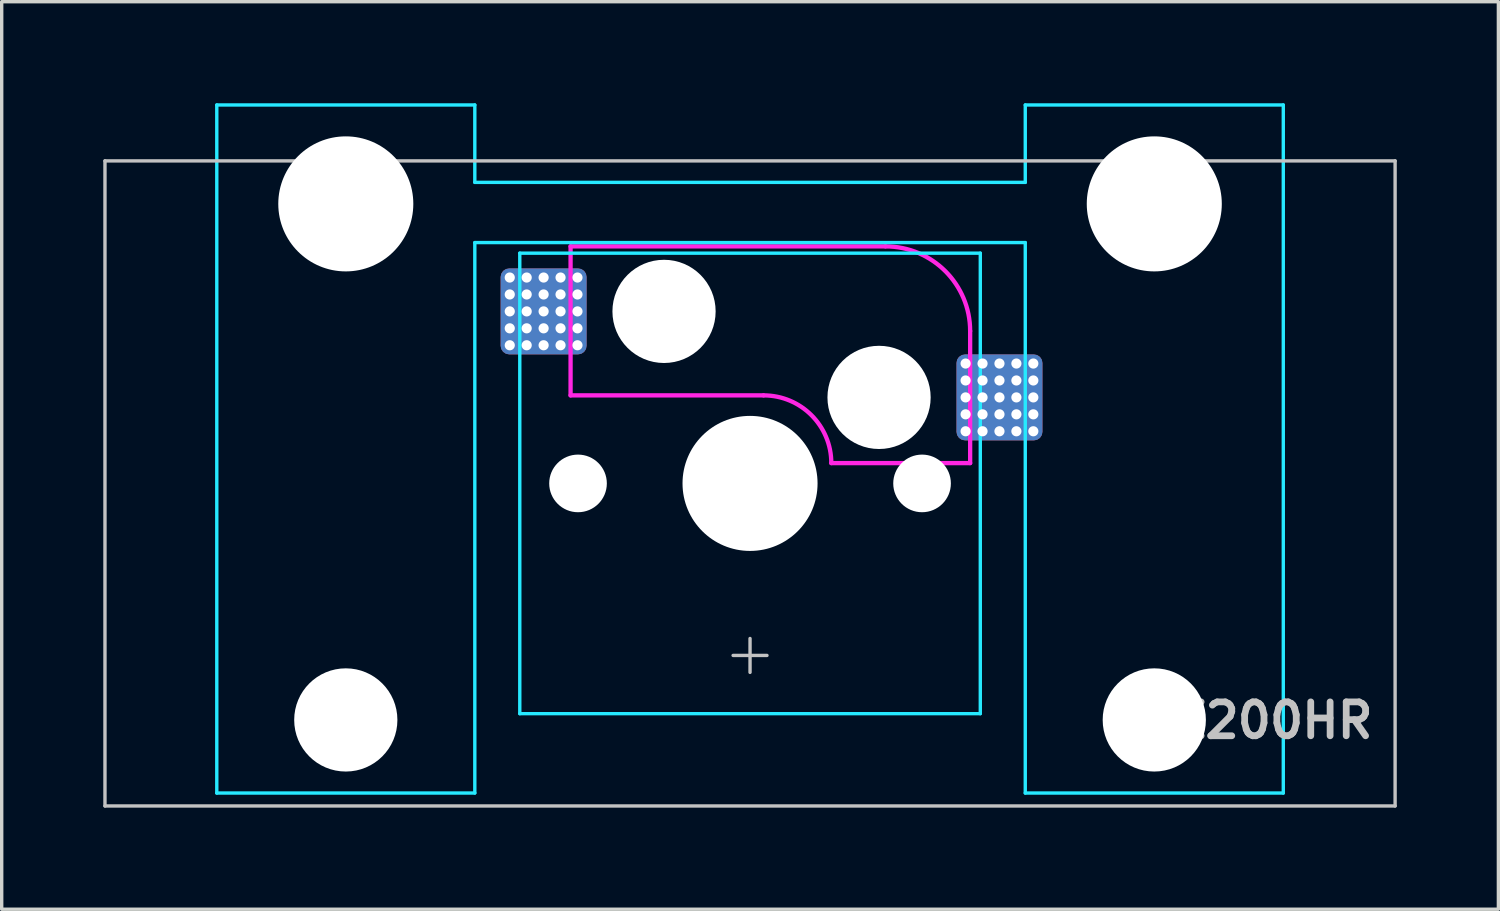
<source format=kicad_pcb>
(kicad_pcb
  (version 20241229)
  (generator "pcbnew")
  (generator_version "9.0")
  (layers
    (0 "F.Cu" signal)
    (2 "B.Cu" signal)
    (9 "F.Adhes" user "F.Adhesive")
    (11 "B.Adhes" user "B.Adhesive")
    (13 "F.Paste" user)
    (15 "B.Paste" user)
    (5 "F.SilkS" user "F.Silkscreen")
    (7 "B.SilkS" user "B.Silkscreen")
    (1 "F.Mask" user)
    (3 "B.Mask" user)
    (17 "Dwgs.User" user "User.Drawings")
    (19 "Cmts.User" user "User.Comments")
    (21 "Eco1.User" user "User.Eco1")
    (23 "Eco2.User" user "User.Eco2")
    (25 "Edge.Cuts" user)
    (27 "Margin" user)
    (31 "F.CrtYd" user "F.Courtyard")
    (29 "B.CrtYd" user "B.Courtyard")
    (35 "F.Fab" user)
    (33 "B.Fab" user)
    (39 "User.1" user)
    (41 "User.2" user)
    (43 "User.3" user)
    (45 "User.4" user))
  (footprint "MX200HR"
    (layer "F.Cu")
    (at 19.1 11.226)
    (property "Reference" "MX200HR" (at 18.5 7 0) (layer "Dwgs.User") (effects (font (size 1 1) (thickness 0.2)) (justify right)))
    (attr smd)
    (fp_line (start -19.05 -9.525) (end -19.05 9.525) (stroke (width 0.1) (type solid)) (layer "Dwgs.User"))
    (fp_line (start -19.05 -9.525) (end 19.05 -9.525) (stroke (width 0.1) (type solid)) (layer "Dwgs.User"))
    (fp_line (start -19.05 9.525) (end 19.05 9.525) (stroke (width 0.1) (type solid)) (layer "Dwgs.User"))
    (fp_line (start -0.5 5.08) (end 0.5 5.08) (stroke (width 0.1) (type solid)) (layer "Dwgs.User"))
    (fp_line (start 0 4.58) (end 0 5.58) (stroke (width 0.1) (type solid)) (layer "Dwgs.User"))
    (fp_line (start 19.05 -9.525) (end 19.05 9.525) (stroke (width 0.1) (type solid)) (layer "Dwgs.User"))
    (fp_line (start -15.438 -8.515) (end -15.438 5.485) (stroke (width 0.1) (type solid)) (layer "Eco1.User"))
    (fp_line (start -14.938 -9.015) (end -8.938 -9.015) (stroke (width 0.1) (type solid)) (layer "Eco1.User"))
    (fp_line (start -8.938 5.985) (end -14.938 5.985) (stroke (width 0.1) (type solid)) (layer "Eco1.User"))
    (fp_line (start -8.438 5.485) (end -8.438 -8.515) (stroke (width 0.1) (type solid)) (layer "Eco1.User"))
    (fp_line (start -7 -6.5) (end -7 6.5) (stroke (width 0.1) (type solid)) (layer "Eco1.User"))
    (fp_line (start -6.5 7) (end 6.5 7) (stroke (width 0.1) (type solid)) (layer "Eco1.User"))
    (fp_line (start 6.5 -7) (end -6.5 -7) (stroke (width 0.1) (type solid)) (layer "Eco1.User"))
    (fp_line (start 7 6.5) (end 7 -6.5) (stroke (width 0.1) (type solid)) (layer "Eco1.User"))
    (fp_line (start 8.438 -8.515) (end 8.438 5.485) (stroke (width 0.1) (type solid)) (layer "Eco1.User"))
    (fp_line (start 8.938 -9.015) (end 14.938 -9.015) (stroke (width 0.1) (type solid)) (layer "Eco1.User"))
    (fp_line (start 14.938 5.985) (end 8.938 5.985) (stroke (width 0.1) (type solid)) (layer "Eco1.User"))
    (fp_line (start 15.438 5.485) (end 15.438 -8.515) (stroke (width 0.1) (type solid)) (layer "Eco1.User"))
    (fp_arc (start -15.438 -8.515) (mid -15.291553 -8.868553) (end -14.938 -9.015) (stroke (width 0.1) (type solid)) (layer "Eco1.User"))
    (fp_arc (start -14.938 5.985) (mid -15.291553 5.838553) (end -15.438 5.485) (stroke (width 0.1) (type solid)) (layer "Eco1.User"))
    (fp_arc (start -8.938 -9.015) (mid -8.584447 -8.868553) (end -8.438 -8.515) (stroke (width 0.1) (type solid)) (layer "Eco1.User"))
    (fp_arc (start -8.438 5.485) (mid -8.584447 5.838553) (end -8.938 5.985) (stroke (width 0.1) (type solid)) (layer "Eco1.User"))
    (fp_arc (start -7 -6.5) (mid -6.853562 -6.853562) (end -6.5 -7) (stroke (width 0.1) (type solid)) (layer "Eco1.User"))
    (fp_arc (start -6.5 7) (mid -6.853524 6.853524) (end -7 6.5) (stroke (width 0.1) (type solid)) (layer "Eco1.User"))
    (fp_arc (start 6.5 -7) (mid 6.853524 -6.853524) (end 7 -6.5) (stroke (width 0.1) (type solid)) (layer "Eco1.User"))
    (fp_arc (start 7 6.5) (mid 6.853553 6.853553) (end 6.5 7) (stroke (width 0.1) (type solid)) (layer "Eco1.User"))
    (fp_arc (start 8.438 -8.515) (mid 8.584447 -8.868553) (end 8.938 -9.015) (stroke (width 0.1) (type solid)) (layer "Eco1.User"))
    (fp_arc (start 8.938 5.985) (mid 8.584447 5.838553) (end 8.438 5.485) (stroke (width 0.1) (type solid)) (layer "Eco1.User"))
    (fp_arc (start 14.938 -9.015) (mid 15.291553 -8.868553) (end 15.438 -8.515) (stroke (width 0.1) (type solid)) (layer "Eco1.User"))
    (fp_arc (start 15.438 5.485) (mid 15.291553 5.838553) (end 14.938 5.985) (stroke (width 0.1) (type solid)) (layer "Eco1.User"))
    (fp_line (start -15.748 -11.176) (end -15.748 9.144) (stroke (width 0.1) (type solid)) (layer "B.CrtYd"))
    (fp_line (start -15.748 9.144) (end -8.128 9.144) (stroke (width 0.1) (type solid)) (layer "B.CrtYd"))
    (fp_line (start -8.128 -11.176) (end -15.748 -11.176) (stroke (width 0.1) (type solid)) (layer "B.CrtYd"))
    (fp_line (start -8.128 -8.89) (end -8.128 -11.176) (stroke (width 0.1) (type solid)) (layer "B.CrtYd"))
    (fp_line (start -8.128 -7.112) (end -8.128 9.142) (stroke (width 0.1) (type solid)) (layer "B.CrtYd"))
    (fp_line (start -6.8 -6.8) (end -6.8 6.8) (stroke (width 0.1) (type solid)) (layer "B.CrtYd"))
    (fp_line (start -6.8 -6.8) (end 6.8 -6.8) (stroke (width 0.1) (type solid)) (layer "B.CrtYd"))
    (fp_line (start -6.8 6.8) (end 6.8 6.8) (stroke (width 0.1) (type solid)) (layer "B.CrtYd"))
    (fp_line (start 6.8 -6.8) (end 6.8 6.8) (stroke (width 0.1) (type solid)) (layer "B.CrtYd"))
    (fp_line (start 8.128 -8.89) (end -8.128 -8.89) (stroke (width 0.1) (type solid)) (layer "B.CrtYd"))
    (fp_line (start 8.128 -8.89) (end 8.128 -11.176) (stroke (width 0.1) (type solid)) (layer "B.CrtYd"))
    (fp_line (start 8.128 -7.112) (end -8.128 -7.112) (stroke (width 0.1) (type solid)) (layer "B.CrtYd"))
    (fp_line (start 8.128 -7.112) (end 8.128 9.144) (stroke (width 0.1) (type solid)) (layer "B.CrtYd"))
    (fp_line (start 8.128 9.144) (end 15.748 9.144) (stroke (width 0.1) (type solid)) (layer "B.CrtYd"))
    (fp_line (start 15.748 -11.176) (end 8.128 -11.176) (stroke (width 0.1) (type solid)) (layer "B.CrtYd"))
    (fp_line (start 15.748 9.144) (end 15.748 -11.176) (stroke (width 0.1) (type solid)) (layer "B.CrtYd"))
    (fp_line (start -5.3 -7) (end -5.3 -2.6) (stroke (width 0.127) (type solid)) (layer "F.CrtYd"))
    (fp_line (start -5.3 -7) (end 4 -7) (stroke (width 0.127) (type solid)) (layer "F.CrtYd"))
    (fp_line (start 0.4 -2.6) (end -5.3 -2.6) (stroke (width 0.127) (type solid)) (layer "F.CrtYd"))
    (fp_line (start 6.5 -4.5) (end 6.5 -0.6) (stroke (width 0.127) (type solid)) (layer "F.CrtYd"))
    (fp_line (start 6.5 -0.6) (end 2.4 -0.6) (stroke (width 0.127) (type solid)) (layer "F.CrtYd"))
    (fp_arc (start 0.4 -2.6) (mid 1.814214 -2.014214) (end 2.4 -0.6) (stroke (width 0.127) (type solid)) (layer "F.CrtYd"))
    (fp_arc (start 4 -7) (mid 5.767767 -6.267767) (end 6.5 -4.5) (stroke (width 0.127) (type solid)) (layer "F.CrtYd"))
    (pad "" np_thru_hole circle (at -11.938 -8.255 180) (size 3.988 3.988) (drill 3.988) (layers "*.Cu" "*.Mask"))
    (pad "" np_thru_hole circle (at -11.938 6.985 180) (size 3.048 3.048) (drill 3.048) (layers "*.Cu" "*.Mask"))
    (pad "" np_thru_hole circle (at -5.08 0) (size 1.702 1.702) (drill 1.702) (layers "*.Cu" "*.Mask"))
    (pad "" np_thru_hole circle (at -2.54 -5.08) (size 3.048 3.048) (drill 3.048) (layers "*.Cu" "*.Mask"))
    (pad "" np_thru_hole circle (at 0 0) (size 3.988 3.988) (drill 3.988) (layers "*.Cu" "*.Mask"))
    (pad "" np_thru_hole circle (at 3.81 -2.54 90) (size 3.048 3.048) (drill 3.048) (layers "*.Cu" "*.Mask"))
    (pad "" np_thru_hole circle (at 5.08 0) (size 1.702 1.702) (drill 1.702) (layers "*.Cu" "*.Mask"))
    (pad "" np_thru_hole circle (at 11.938 -8.255 180) (size 3.988 3.988) (drill 3.988) (layers "*.Cu" "*.Mask"))
    (pad "" np_thru_hole circle (at 11.938 6.985 180) (size 3.048 3.048) (drill 3.048) (layers "*.Cu" "*.Mask"))
    (pad "1" thru_hole circle (at -7.096 -6.08) (size 0.3 0.3) (drill 0.3) (layers "*.Cu" "F.Mask"))
    (pad "1" thru_hole circle (at -7.096 -5.58) (size 0.3 0.3) (drill 0.3) (layers "*.Cu" "F.Mask"))
    (pad "1" thru_hole circle (at -7.096 -5.08) (size 0.3 0.3) (drill 0.3) (layers "*.Cu" "F.Mask"))
    (pad "1" thru_hole circle (at -7.096 -4.58) (size 0.3 0.3) (drill 0.3) (layers "*.Cu" "F.Mask"))
    (pad "1" thru_hole circle (at -7.096 -4.08) (size 0.3 0.3) (drill 0.3) (layers "*.Cu" "F.Mask"))
    (pad "1" thru_hole circle (at -6.596 -6.08) (size 0.3 0.3) (drill 0.3) (layers "*.Cu" "F.Mask"))
    (pad "1" thru_hole circle (at -6.596 -5.58) (size 0.3 0.3) (drill 0.3) (layers "*.Cu" "F.Mask"))
    (pad "1" thru_hole circle (at -6.596 -5.08) (size 0.3 0.3) (drill 0.3) (layers "*.Cu" "F.Mask"))
    (pad "1" thru_hole circle (at -6.596 -4.58) (size 0.3 0.3) (drill 0.3) (layers "*.Cu" "F.Mask"))
    (pad "1" thru_hole circle (at -6.596 -4.08) (size 0.3 0.3) (drill 0.3) (layers "*.Cu" "F.Mask"))
    (pad "1" thru_hole circle (at -6.096 -6.08) (size 0.3 0.3) (drill 0.3) (layers "*.Cu" "F.Mask"))
    (pad "1" thru_hole circle (at -6.096 -5.58) (size 0.3 0.3) (drill 0.3) (layers "*.Cu" "F.Mask"))
    (pad "1" thru_hole circle (at -6.096 -5.08) (size 0.3 0.3) (drill 0.3) (layers "*.Cu" "F.Mask"))
    (pad "1" smd roundrect (at -6.096 -5.08) (size 2.54 2.54) (layers "F.Cu" "F.Mask") (roundrect_rratio 0.1))
    (pad "1" smd roundrect (at -6.096 -5.08) (size 2.54 2.54) (layers "B.Cu") (roundrect_rratio 0.1))
    (pad "1" thru_hole circle (at -6.096 -4.58) (size 0.3 0.3) (drill 0.3) (layers "*.Cu" "F.Mask"))
    (pad "1" thru_hole circle (at -6.096 -4.08) (size 0.3 0.3) (drill 0.3) (layers "*.Cu" "F.Mask"))
    (pad "1" thru_hole circle (at -5.596 -6.08) (size 0.3 0.3) (drill 0.3) (layers "*.Cu" "F.Mask"))
    (pad "1" thru_hole circle (at -5.596 -5.58) (size 0.3 0.3) (drill 0.3) (layers "*.Cu" "F.Mask"))
    (pad "1" thru_hole circle (at -5.596 -5.08) (size 0.3 0.3) (drill 0.3) (layers "*.Cu" "F.Mask"))
    (pad "1" thru_hole circle (at -5.596 -4.58) (size 0.3 0.3) (drill 0.3) (layers "*.Cu" "F.Mask"))
    (pad "1" thru_hole circle (at -5.596 -4.08) (size 0.3 0.3) (drill 0.3) (layers "*.Cu" "F.Mask"))
    (pad "1" thru_hole circle (at -5.096 -6.08) (size 0.3 0.3) (drill 0.3) (layers "*.Cu" "F.Mask"))
    (pad "1" thru_hole circle (at -5.096 -5.58) (size 0.3 0.3) (drill 0.3) (layers "*.Cu" "F.Mask"))
    (pad "1" thru_hole circle (at -5.096 -5.08) (size 0.3 0.3) (drill 0.3) (layers "*.Cu" "F.Mask"))
    (pad "1" thru_hole circle (at -5.096 -4.58) (size 0.3 0.3) (drill 0.3) (layers "*.Cu" "F.Mask"))
    (pad "1" thru_hole circle (at -5.096 -4.08) (size 0.3 0.3) (drill 0.3) (layers "*.Cu" "F.Mask"))
    (pad "2" thru_hole circle (at 6.366 -3.54) (size 0.3 0.3) (drill 0.3) (layers "*.Cu" "F.Mask"))
    (pad "2" thru_hole circle (at 6.366 -3.04) (size 0.3 0.3) (drill 0.3) (layers "*.Cu" "F.Mask"))
    (pad "2" thru_hole circle (at 6.366 -2.54) (size 0.3 0.3) (drill 0.3) (layers "*.Cu" "F.Mask"))
    (pad "2" thru_hole circle (at 6.366 -2.04) (size 0.3 0.3) (drill 0.3) (layers "*.Cu" "F.Mask"))
    (pad "2" thru_hole circle (at 6.366 -1.54) (size 0.3 0.3) (drill 0.3) (layers "*.Cu" "F.Mask"))
    (pad "2" thru_hole circle (at 6.866 -3.54) (size 0.3 0.3) (drill 0.3) (layers "*.Cu" "F.Mask"))
    (pad "2" thru_hole circle (at 6.866 -3.04) (size 0.3 0.3) (drill 0.3) (layers "*.Cu" "F.Mask"))
    (pad "2" thru_hole circle (at 6.866 -2.54) (size 0.3 0.3) (drill 0.3) (layers "*.Cu" "F.Mask"))
    (pad "2" thru_hole circle (at 6.866 -2.04) (size 0.3 0.3) (drill 0.3) (layers "*.Cu" "F.Mask"))
    (pad "2" thru_hole circle (at 6.866 -1.54) (size 0.3 0.3) (drill 0.3) (layers "*.Cu" "F.Mask"))
    (pad "2" thru_hole circle (at 7.366 -3.54) (size 0.3 0.3) (drill 0.3) (layers "*.Cu" "F.Mask"))
    (pad "2" thru_hole circle (at 7.366 -3.04) (size 0.3 0.3) (drill 0.3) (layers "*.Cu" "F.Mask"))
    (pad "2" thru_hole circle (at 7.366 -2.54) (size 0.3 0.3) (drill 0.3) (layers "*.Cu" "F.Mask"))
    (pad "2" smd roundrect (at 7.366 -2.54) (size 2.54 2.54) (layers "F.Cu" "F.Mask") (roundrect_rratio 0.1))
    (pad "2" smd roundrect (at 7.366 -2.54) (size 2.54 2.54) (layers "B.Cu") (roundrect_rratio 0.1))
    (pad "2" thru_hole circle (at 7.366 -2.04) (size 0.3 0.3) (drill 0.3) (layers "*.Cu" "F.Mask"))
    (pad "2" thru_hole circle (at 7.366 -1.54) (size 0.3 0.3) (drill 0.3) (layers "*.Cu" "F.Mask"))
    (pad "2" thru_hole circle (at 7.866 -3.54) (size 0.3 0.3) (drill 0.3) (layers "*.Cu" "F.Mask"))
    (pad "2" thru_hole circle (at 7.866 -3.04) (size 0.3 0.3) (drill 0.3) (layers "*.Cu" "F.Mask"))
    (pad "2" thru_hole circle (at 7.866 -2.54) (size 0.3 0.3) (drill 0.3) (layers "*.Cu" "F.Mask"))
    (pad "2" thru_hole circle (at 7.866 -2.04) (size 0.3 0.3) (drill 0.3) (layers "*.Cu" "F.Mask"))
    (pad "2" thru_hole circle (at 7.866 -1.54) (size 0.3 0.3) (drill 0.3) (layers "*.Cu" "F.Mask"))
    (pad "2" thru_hole circle (at 8.366 -3.54) (size 0.3 0.3) (drill 0.3) (layers "*.Cu" "F.Mask"))
    (pad "2" thru_hole circle (at 8.366 -3.04) (size 0.3 0.3) (drill 0.3) (layers "*.Cu" "F.Mask"))
    (pad "2" thru_hole circle (at 8.366 -2.54) (size 0.3 0.3) (drill 0.3) (layers "*.Cu" "F.Mask"))
    (pad "2" thru_hole circle (at 8.366 -2.04) (size 0.3 0.3) (drill 0.3) (layers "*.Cu" "F.Mask"))
    (pad "2" thru_hole circle (at 8.366 -1.54) (size 0.3 0.3) (drill 0.3) (layers "*.Cu" "F.Mask")))
  (gr_rect
    (start -3 -3)
    (end 41.2 23.801)
    (stroke (width 0.1) (type default))
    (fill no)
    (layer "Edge.Cuts")))
</source>
